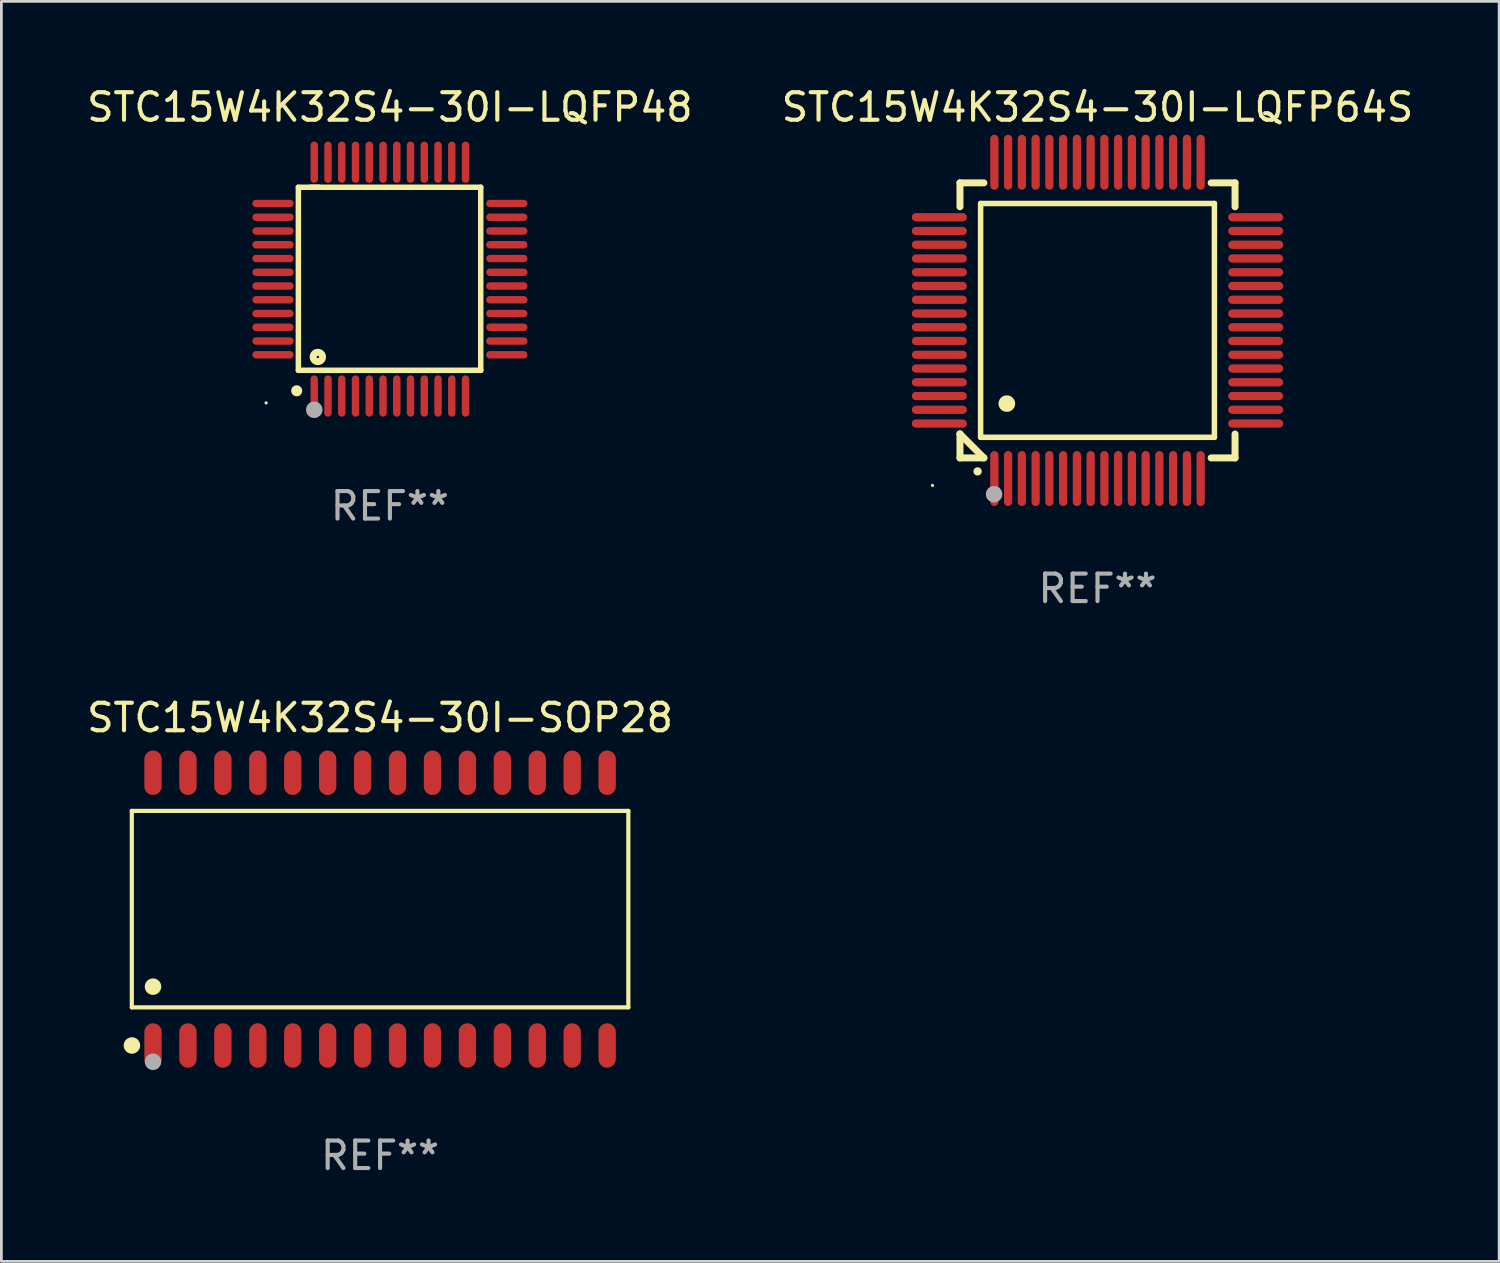
<source format=kicad_pcb>
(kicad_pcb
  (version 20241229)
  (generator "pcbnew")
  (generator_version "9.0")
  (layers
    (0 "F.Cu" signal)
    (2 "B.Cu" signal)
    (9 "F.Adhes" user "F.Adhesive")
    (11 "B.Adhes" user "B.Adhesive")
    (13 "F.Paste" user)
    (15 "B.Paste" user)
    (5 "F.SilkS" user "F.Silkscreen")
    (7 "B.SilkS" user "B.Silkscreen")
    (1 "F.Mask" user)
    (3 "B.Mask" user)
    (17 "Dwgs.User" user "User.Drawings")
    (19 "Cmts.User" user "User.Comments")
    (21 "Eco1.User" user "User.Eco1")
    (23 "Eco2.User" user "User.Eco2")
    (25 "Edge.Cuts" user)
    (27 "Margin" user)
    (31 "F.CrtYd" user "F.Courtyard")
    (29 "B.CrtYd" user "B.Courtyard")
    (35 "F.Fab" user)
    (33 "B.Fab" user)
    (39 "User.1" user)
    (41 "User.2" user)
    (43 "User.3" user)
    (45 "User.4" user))
  (footprint "STC15W4K32S4-30I-LQFP64S"
    (layer "F.Cu")
    (at 36.851 8.598)
    (property "Reference" "STC15W4K32S4-30I-LQFP64S" (at 0 -7.75 0) (layer "F.SilkS") (effects (font (size 1 1) (thickness 0.15))))
    (attr through_hole)
    (fp_line (start -5 -5) (end -4.131 -5) (stroke (width 0.254) (type solid)) (layer "F.SilkS"))
    (fp_line (start -5 -4.131) (end -5 -5) (stroke (width 0.254) (type solid)) (layer "F.SilkS"))
    (fp_line (start -5 4.131) (end -5 4.131) (stroke (width 0.254) (type solid)) (layer "F.SilkS"))
    (fp_line (start -5 5) (end -5 4.131) (stroke (width 0.254) (type solid)) (layer "F.SilkS"))
    (fp_line (start -5 4.131) (end -4.131 5) (stroke (width 0.254) (type solid)) (layer "F.SilkS"))
    (fp_line (start -4.25 -4.25) (end -4.25 4.25) (stroke (width 0.2) (type solid)) (layer "F.SilkS"))
    (fp_line (start -4.25 4.25) (end 4.25 4.25) (stroke (width 0.2) (type solid)) (layer "F.SilkS"))
    (fp_line (start -4.131 5) (end -5 5) (stroke (width 0.254) (type solid)) (layer "F.SilkS"))
    (fp_line (start 4.25 -4.25) (end -4.25 -4.25) (stroke (width 0.2) (type solid)) (layer "F.SilkS"))
    (fp_line (start 4.25 4.25) (end 4.25 -4.25) (stroke (width 0.2) (type solid)) (layer "F.SilkS"))
    (fp_line (start 5 -5) (end 4.131 -5) (stroke (width 0.254) (type solid)) (layer "F.SilkS"))
    (fp_line (start 5 -5) (end 5 -4.131) (stroke (width 0.254) (type solid)) (layer "F.SilkS"))
    (fp_line (start 5 4.131) (end 5 5) (stroke (width 0.254) (type solid)) (layer "F.SilkS"))
    (fp_line (start 5 5) (end 4.131 5) (stroke (width 0.254) (type solid)) (layer "F.SilkS"))
    (fp_arc (start -4.361265 5.489992) (mid -4.359995 5.489987) (end -4.358725 5.489992) (stroke (width 0.3) (type solid)) (layer "F.SilkS"))
    (fp_arc (start -3.299467 3.025146) (mid -3.296927 3.025135) (end -3.294387 3.025146) (stroke (width 0.6) (type solid)) (layer "F.SilkS"))
    (fp_circle (center -6 6) (end -5.97 6) (stroke (width 0.06) (type solid)) (fill no) (layer "F.SilkS"))
    (fp_circle (center -3.76 6.32) (end -3.61 6.32) (stroke (width 0.3) (type solid)) (fill no) (layer "F.Fab"))
    (fp_text user "REF**" (at 0 9.75 0) (layer "F.Fab") (effects (font (size 1 1) (thickness 0.15))))
    (pad "1" smd oval (at -3.75 5.75) (size 0.3 2) (layers "F.Cu" "F.Mask" "F.Paste"))
    (pad "2" smd oval (at -3.25 5.75) (size 0.3 2) (layers "F.Cu" "F.Mask" "F.Paste"))
    (pad "3" smd oval (at -2.75 5.75) (size 0.3 2) (layers "F.Cu" "F.Mask" "F.Paste"))
    (pad "4" smd oval (at -2.25 5.75) (size 0.3 2) (layers "F.Cu" "F.Mask" "F.Paste"))
    (pad "5" smd oval (at -1.75 5.75) (size 0.3 2) (layers "F.Cu" "F.Mask" "F.Paste"))
    (pad "6" smd oval (at -1.25 5.75) (size 0.3 2) (layers "F.Cu" "F.Mask" "F.Paste"))
    (pad "7" smd oval (at -0.75 5.75) (size 0.3 2) (layers "F.Cu" "F.Mask" "F.Paste"))
    (pad "8" smd oval (at -0.25 5.75) (size 0.3 2) (layers "F.Cu" "F.Mask" "F.Paste"))
    (pad "9" smd oval (at 0.25 5.75) (size 0.3 2) (layers "F.Cu" "F.Mask" "F.Paste"))
    (pad "10" smd oval (at 0.75 5.75) (size 0.3 2) (layers "F.Cu" "F.Mask" "F.Paste"))
    (pad "11" smd oval (at 1.25 5.75) (size 0.3 2) (layers "F.Cu" "F.Mask" "F.Paste"))
    (pad "12" smd oval (at 1.75 5.75) (size 0.3 2) (layers "F.Cu" "F.Mask" "F.Paste"))
    (pad "13" smd oval (at 2.25 5.75) (size 0.3 2) (layers "F.Cu" "F.Mask" "F.Paste"))
    (pad "14" smd oval (at 2.75 5.75) (size 0.3 2) (layers "F.Cu" "F.Mask" "F.Paste"))
    (pad "15" smd oval (at 3.25 5.75) (size 0.3 2) (layers "F.Cu" "F.Mask" "F.Paste"))
    (pad "16" smd oval (at 3.75 5.75) (size 0.3 2) (layers "F.Cu" "F.Mask" "F.Paste"))
    (pad "17" smd oval (at 5.75 3.75) (size 2 0.3) (layers "F.Cu" "F.Mask" "F.Paste"))
    (pad "18" smd oval (at 5.75 3.25) (size 2 0.3) (layers "F.Cu" "F.Mask" "F.Paste"))
    (pad "19" smd oval (at 5.75 2.75) (size 2 0.3) (layers "F.Cu" "F.Mask" "F.Paste"))
    (pad "20" smd oval (at 5.75 2.25) (size 2 0.3) (layers "F.Cu" "F.Mask" "F.Paste"))
    (pad "21" smd oval (at 5.75 1.75) (size 2 0.3) (layers "F.Cu" "F.Mask" "F.Paste"))
    (pad "22" smd oval (at 5.75 1.25) (size 2 0.3) (layers "F.Cu" "F.Mask" "F.Paste"))
    (pad "23" smd oval (at 5.75 0.75) (size 2 0.3) (layers "F.Cu" "F.Mask" "F.Paste"))
    (pad "24" smd oval (at 5.75 0.25) (size 2 0.3) (layers "F.Cu" "F.Mask" "F.Paste"))
    (pad "25" smd oval (at 5.75 -0.25) (size 2 0.3) (layers "F.Cu" "F.Mask" "F.Paste"))
    (pad "26" smd oval (at 5.75 -0.75) (size 2 0.3) (layers "F.Cu" "F.Mask" "F.Paste"))
    (pad "27" smd oval (at 5.75 -1.25) (size 2 0.3) (layers "F.Cu" "F.Mask" "F.Paste"))
    (pad "28" smd oval (at 5.75 -1.75) (size 2 0.3) (layers "F.Cu" "F.Mask" "F.Paste"))
    (pad "29" smd oval (at 5.75 -2.25) (size 2 0.3) (layers "F.Cu" "F.Mask" "F.Paste"))
    (pad "30" smd oval (at 5.75 -2.75) (size 2 0.3) (layers "F.Cu" "F.Mask" "F.Paste"))
    (pad "31" smd oval (at 5.75 -3.25) (size 2 0.3) (layers "F.Cu" "F.Mask" "F.Paste"))
    (pad "32" smd oval (at 5.75 -3.75) (size 2 0.3) (layers "F.Cu" "F.Mask" "F.Paste"))
    (pad "33" smd oval (at 3.75 -5.75) (size 0.3 2) (layers "F.Cu" "F.Mask" "F.Paste"))
    (pad "34" smd oval (at 3.25 -5.75) (size 0.3 2) (layers "F.Cu" "F.Mask" "F.Paste"))
    (pad "35" smd oval (at 2.75 -5.75) (size 0.3 2) (layers "F.Cu" "F.Mask" "F.Paste"))
    (pad "36" smd oval (at 2.25 -5.75) (size 0.3 2) (layers "F.Cu" "F.Mask" "F.Paste"))
    (pad "37" smd oval (at 1.75 -5.75) (size 0.3 2) (layers "F.Cu" "F.Mask" "F.Paste"))
    (pad "38" smd oval (at 1.25 -5.75) (size 0.3 2) (layers "F.Cu" "F.Mask" "F.Paste"))
    (pad "39" smd oval (at 0.75 -5.75) (size 0.3 2) (layers "F.Cu" "F.Mask" "F.Paste"))
    (pad "40" smd oval (at 0.25 -5.75) (size 0.3 2) (layers "F.Cu" "F.Mask" "F.Paste"))
    (pad "41" smd oval (at -0.25 -5.75) (size 0.3 2) (layers "F.Cu" "F.Mask" "F.Paste"))
    (pad "42" smd oval (at -0.75 -5.75) (size 0.3 2) (layers "F.Cu" "F.Mask" "F.Paste"))
    (pad "43" smd oval (at -1.25 -5.75) (size 0.3 2) (layers "F.Cu" "F.Mask" "F.Paste"))
    (pad "44" smd oval (at -1.75 -5.75) (size 0.3 2) (layers "F.Cu" "F.Mask" "F.Paste"))
    (pad "45" smd oval (at -2.25 -5.75) (size 0.3 2) (layers "F.Cu" "F.Mask" "F.Paste"))
    (pad "46" smd oval (at -2.75 -5.75) (size 0.3 2) (layers "F.Cu" "F.Mask" "F.Paste"))
    (pad "47" smd oval (at -3.25 -5.75) (size 0.3 2) (layers "F.Cu" "F.Mask" "F.Paste"))
    (pad "48" smd oval (at -3.75 -5.75) (size 0.3 2) (layers "F.Cu" "F.Mask" "F.Paste"))
    (pad "49" smd oval (at -5.75 -3.75) (size 2 0.3) (layers "F.Cu" "F.Mask" "F.Paste"))
    (pad "50" smd oval (at -5.75 -3.25) (size 2 0.3) (layers "F.Cu" "F.Mask" "F.Paste"))
    (pad "51" smd oval (at -5.75 -2.75) (size 2 0.3) (layers "F.Cu" "F.Mask" "F.Paste"))
    (pad "52" smd oval (at -5.75 -2.25) (size 2 0.3) (layers "F.Cu" "F.Mask" "F.Paste"))
    (pad "53" smd oval (at -5.75 -1.75) (size 2 0.3) (layers "F.Cu" "F.Mask" "F.Paste"))
    (pad "54" smd oval (at -5.75 -1.25) (size 2 0.3) (layers "F.Cu" "F.Mask" "F.Paste"))
    (pad "55" smd oval (at -5.75 -0.75) (size 2 0.3) (layers "F.Cu" "F.Mask" "F.Paste"))
    (pad "56" smd oval (at -5.75 -0.25) (size 2 0.3) (layers "F.Cu" "F.Mask" "F.Paste"))
    (pad "57" smd oval (at -5.75 0.25) (size 2 0.3) (layers "F.Cu" "F.Mask" "F.Paste"))
    (pad "58" smd oval (at -5.75 0.75) (size 2 0.3) (layers "F.Cu" "F.Mask" "F.Paste"))
    (pad "59" smd oval (at -5.75 1.25) (size 2 0.3) (layers "F.Cu" "F.Mask" "F.Paste"))
    (pad "60" smd oval (at -5.75 1.75) (size 2 0.3) (layers "F.Cu" "F.Mask" "F.Paste"))
    (pad "61" smd oval (at -5.75 2.25) (size 2 0.3) (layers "F.Cu" "F.Mask" "F.Paste"))
    (pad "62" smd oval (at -5.75 2.75) (size 2 0.3) (layers "F.Cu" "F.Mask" "F.Paste"))
    (pad "63" smd oval (at -5.75 3.25) (size 2 0.3) (layers "F.Cu" "F.Mask" "F.Paste"))
    (pad "64" smd oval (at -5.75 3.75) (size 2 0.3) (layers "F.Cu" "F.Mask" "F.Paste")))
  (footprint "STC15W4K32S4-30I-SOP28"
    (layer "F.Cu")
    (at 10.768 30.002)
    (property "Reference" "STC15W4K32S4-30I-SOP28" (at 0 -6.958 0) (layer "F.SilkS") (effects (font (size 1 1) (thickness 0.15))))
    (attr through_hole)
    (fp_line (start -9.026 -3.571) (end 9.026 -3.571) (stroke (width 0.152) (type solid)) (layer "F.SilkS"))
    (fp_line (start -9.026 3.571) (end -9.026 -3.571) (stroke (width 0.152) (type solid)) (layer "F.SilkS"))
    (fp_line (start 9.026 -3.571) (end 9.026 3.571) (stroke (width 0.152) (type solid)) (layer "F.SilkS"))
    (fp_line (start 9.026 3.571) (end -9.026 3.571) (stroke (width 0.152) (type solid)) (layer "F.SilkS"))
    (fp_circle (center -9.022 4.958) (end -8.872 4.958) (stroke (width 0.3) (type solid)) (fill no) (layer "F.SilkS"))
    (fp_circle (center -8.95 5.15) (end -8.92 5.15) (stroke (width 0.06) (type solid)) (fill no) (layer "F.SilkS"))
    (fp_circle (center -8.255 2.819) (end -8.105 2.819) (stroke (width 0.3) (type solid)) (fill no) (layer "F.SilkS"))
    (fp_circle (center -8.255 5.55) (end -8.105 5.55) (stroke (width 0.3) (type solid)) (fill no) (layer "F.Fab"))
    (fp_text user "REF**" (at 0 8.958 0) (layer "F.Fab") (effects (font (size 1 1) (thickness 0.15))))
    (pad "1" smd oval (at -8.255 4.958) (size 0.63 1.615) (layers "F.Cu" "F.Mask" "F.Paste"))
    (pad "2" smd oval (at -6.985 4.958) (size 0.63 1.615) (layers "F.Cu" "F.Mask" "F.Paste"))
    (pad "3" smd oval (at -5.715 4.958) (size 0.63 1.615) (layers "F.Cu" "F.Mask" "F.Paste"))
    (pad "4" smd oval (at -4.445 4.958) (size 0.63 1.615) (layers "F.Cu" "F.Mask" "F.Paste"))
    (pad "5" smd oval (at -3.175 4.958) (size 0.63 1.615) (layers "F.Cu" "F.Mask" "F.Paste"))
    (pad "6" smd oval (at -1.905 4.958) (size 0.63 1.615) (layers "F.Cu" "F.Mask" "F.Paste"))
    (pad "7" smd oval (at -0.635 4.958) (size 0.63 1.615) (layers "F.Cu" "F.Mask" "F.Paste"))
    (pad "8" smd oval (at 0.635 4.958) (size 0.63 1.615) (layers "F.Cu" "F.Mask" "F.Paste"))
    (pad "9" smd oval (at 1.905 4.958) (size 0.63 1.615) (layers "F.Cu" "F.Mask" "F.Paste"))
    (pad "10" smd oval (at 3.175 4.958) (size 0.63 1.615) (layers "F.Cu" "F.Mask" "F.Paste"))
    (pad "11" smd oval (at 4.445 4.958) (size 0.63 1.615) (layers "F.Cu" "F.Mask" "F.Paste"))
    (pad "12" smd oval (at 5.715 4.958) (size 0.63 1.615) (layers "F.Cu" "F.Mask" "F.Paste"))
    (pad "13" smd oval (at 6.985 4.958) (size 0.63 1.615) (layers "F.Cu" "F.Mask" "F.Paste"))
    (pad "14" smd oval (at 8.255 4.958) (size 0.63 1.615) (layers "F.Cu" "F.Mask" "F.Paste"))
    (pad "15" smd oval (at 8.255 -4.958) (size 0.63 1.615) (layers "F.Cu" "F.Mask" "F.Paste"))
    (pad "16" smd oval (at 6.985 -4.958) (size 0.63 1.615) (layers "F.Cu" "F.Mask" "F.Paste"))
    (pad "17" smd oval (at 5.715 -4.958) (size 0.63 1.615) (layers "F.Cu" "F.Mask" "F.Paste"))
    (pad "18" smd oval (at 4.445 -4.958) (size 0.63 1.615) (layers "F.Cu" "F.Mask" "F.Paste"))
    (pad "19" smd oval (at 3.175 -4.958) (size 0.63 1.615) (layers "F.Cu" "F.Mask" "F.Paste"))
    (pad "20" smd oval (at 1.905 -4.958) (size 0.63 1.615) (layers "F.Cu" "F.Mask" "F.Paste"))
    (pad "21" smd oval (at 0.635 -4.958) (size 0.63 1.615) (layers "F.Cu" "F.Mask" "F.Paste"))
    (pad "22" smd oval (at -0.635 -4.958) (size 0.63 1.615) (layers "F.Cu" "F.Mask" "F.Paste"))
    (pad "23" smd oval (at -1.905 -4.958) (size 0.63 1.615) (layers "F.Cu" "F.Mask" "F.Paste"))
    (pad "24" smd oval (at -3.175 -4.958) (size 0.63 1.615) (layers "F.Cu" "F.Mask" "F.Paste"))
    (pad "25" smd oval (at -4.445 -4.958) (size 0.63 1.615) (layers "F.Cu" "F.Mask" "F.Paste"))
    (pad "26" smd oval (at -5.715 -4.958) (size 0.63 1.615) (layers "F.Cu" "F.Mask" "F.Paste"))
    (pad "27" smd oval (at -6.985 -4.958) (size 0.63 1.615) (layers "F.Cu" "F.Mask" "F.Paste"))
    (pad "28" smd oval (at -8.255 -4.958) (size 0.63 1.615) (layers "F.Cu" "F.Mask" "F.Paste")))
  (footprint "STC15W4K32S4-30I-LQFP48"
    (layer "F.Cu")
    (at 11.125 7.098)
    (property "Reference" "STC15W4K32S4-30I-LQFP48" (at 0 -6.25 0) (layer "F.SilkS") (effects (font (size 1 1) (thickness 0.15))))
    (attr through_hole)
    (fp_line (start -3.327 -3.34) (end -2.565 -3.34) (stroke (width 0.2) (type solid)) (layer "F.SilkS"))
    (fp_line (start -3.327 3.315) (end -3.327 -3.34) (stroke (width 0.2) (type solid)) (layer "F.SilkS"))
    (fp_line (start -2.896 -3.34) (end 3.302 -3.34) (stroke (width 0.2) (type solid)) (layer "F.SilkS"))
    (fp_line (start 3.302 -3.34) (end 3.302 3.315) (stroke (width 0.2) (type solid)) (layer "F.SilkS"))
    (fp_line (start 3.302 3.315) (end -3.327 3.315) (stroke (width 0.2) (type solid)) (layer "F.SilkS"))
    (fp_arc (start -3.389992 4.059995) (mid -3.388722 4.059991) (end -3.387452 4.059995) (stroke (width 0.4) (type solid)) (layer "F.SilkS"))
    (fp_circle (center -4.5 4.5) (end -4.47 4.5) (stroke (width 0.06) (type solid)) (fill no) (layer "F.SilkS"))
    (fp_circle (center -2.62 2.83) (end -2.45 2.83) (stroke (width 0.254) (type solid)) (fill no) (layer "F.SilkS"))
    (fp_circle (center -2.75 4.75) (end -2.6 4.75) (stroke (width 0.3) (type solid)) (fill no) (layer "F.Fab"))
    (fp_text user "REF**" (at 0 8.25 0) (layer "F.Fab") (effects (font (size 1 1) (thickness 0.15))))
    (pad "1" smd oval (at -2.75 4.25) (size 0.27 1.5) (layers "F.Cu" "F.Mask" "F.Paste"))
    (pad "2" smd oval (at -2.25 4.25) (size 0.27 1.5) (layers "F.Cu" "F.Mask" "F.Paste"))
    (pad "3" smd oval (at -1.75 4.25) (size 0.27 1.5) (layers "F.Cu" "F.Mask" "F.Paste"))
    (pad "4" smd oval (at -1.25 4.25) (size 0.27 1.5) (layers "F.Cu" "F.Mask" "F.Paste"))
    (pad "5" smd oval (at -0.75 4.25) (size 0.27 1.5) (layers "F.Cu" "F.Mask" "F.Paste"))
    (pad "6" smd oval (at -0.25 4.25) (size 0.27 1.5) (layers "F.Cu" "F.Mask" "F.Paste"))
    (pad "7" smd oval (at 0.25 4.25) (size 0.27 1.5) (layers "F.Cu" "F.Mask" "F.Paste"))
    (pad "8" smd oval (at 0.75 4.25) (size 0.27 1.5) (layers "F.Cu" "F.Mask" "F.Paste"))
    (pad "9" smd oval (at 1.25 4.25) (size 0.27 1.5) (layers "F.Cu" "F.Mask" "F.Paste"))
    (pad "10" smd oval (at 1.75 4.25) (size 0.27 1.5) (layers "F.Cu" "F.Mask" "F.Paste"))
    (pad "11" smd oval (at 2.25 4.25) (size 0.27 1.5) (layers "F.Cu" "F.Mask" "F.Paste"))
    (pad "12" smd oval (at 2.75 4.25) (size 0.27 1.5) (layers "F.Cu" "F.Mask" "F.Paste"))
    (pad "13" smd oval (at 4.25 2.75) (size 1.5 0.27) (layers "F.Cu" "F.Mask" "F.Paste"))
    (pad "14" smd oval (at 4.25 2.25) (size 1.5 0.27) (layers "F.Cu" "F.Mask" "F.Paste"))
    (pad "15" smd oval (at 4.25 1.75) (size 1.5 0.27) (layers "F.Cu" "F.Mask" "F.Paste"))
    (pad "16" smd oval (at 4.25 1.25) (size 1.5 0.27) (layers "F.Cu" "F.Mask" "F.Paste"))
    (pad "17" smd oval (at 4.25 0.75) (size 1.5 0.27) (layers "F.Cu" "F.Mask" "F.Paste"))
    (pad "18" smd oval (at 4.25 0.25) (size 1.5 0.27) (layers "F.Cu" "F.Mask" "F.Paste"))
    (pad "19" smd oval (at 4.25 -0.25) (size 1.5 0.27) (layers "F.Cu" "F.Mask" "F.Paste"))
    (pad "20" smd oval (at 4.25 -0.75) (size 1.5 0.27) (layers "F.Cu" "F.Mask" "F.Paste"))
    (pad "21" smd oval (at 4.25 -1.25) (size 1.5 0.27) (layers "F.Cu" "F.Mask" "F.Paste"))
    (pad "22" smd oval (at 4.25 -1.75) (size 1.5 0.27) (layers "F.Cu" "F.Mask" "F.Paste"))
    (pad "23" smd oval (at 4.25 -2.25) (size 1.5 0.27) (layers "F.Cu" "F.Mask" "F.Paste"))
    (pad "24" smd oval (at 4.25 -2.75) (size 1.5 0.27) (layers "F.Cu" "F.Mask" "F.Paste"))
    (pad "25" smd oval (at 2.75 -4.25) (size 0.27 1.5) (layers "F.Cu" "F.Mask" "F.Paste"))
    (pad "26" smd oval (at 2.25 -4.25) (size 0.27 1.5) (layers "F.Cu" "F.Mask" "F.Paste"))
    (pad "27" smd oval (at 1.75 -4.25) (size 0.27 1.5) (layers "F.Cu" "F.Mask" "F.Paste"))
    (pad "28" smd oval (at 1.25 -4.25) (size 0.27 1.5) (layers "F.Cu" "F.Mask" "F.Paste"))
    (pad "29" smd oval (at 0.75 -4.25) (size 0.27 1.5) (layers "F.Cu" "F.Mask" "F.Paste"))
    (pad "30" smd oval (at 0.25 -4.25) (size 0.27 1.5) (layers "F.Cu" "F.Mask" "F.Paste"))
    (pad "31" smd oval (at -0.25 -4.25) (size 0.27 1.5) (layers "F.Cu" "F.Mask" "F.Paste"))
    (pad "32" smd oval (at -0.75 -4.25) (size 0.27 1.5) (layers "F.Cu" "F.Mask" "F.Paste"))
    (pad "33" smd oval (at -1.25 -4.25) (size 0.27 1.5) (layers "F.Cu" "F.Mask" "F.Paste"))
    (pad "34" smd oval (at -1.75 -4.25) (size 0.27 1.5) (layers "F.Cu" "F.Mask" "F.Paste"))
    (pad "35" smd oval (at -2.25 -4.25) (size 0.27 1.5) (layers "F.Cu" "F.Mask" "F.Paste"))
    (pad "36" smd oval (at -2.75 -4.25) (size 0.27 1.5) (layers "F.Cu" "F.Mask" "F.Paste"))
    (pad "37" smd oval (at -4.25 -2.75) (size 1.5 0.27) (layers "F.Cu" "F.Mask" "F.Paste"))
    (pad "38" smd oval (at -4.25 -2.25) (size 1.5 0.27) (layers "F.Cu" "F.Mask" "F.Paste"))
    (pad "39" smd oval (at -4.25 -1.75) (size 1.5 0.27) (layers "F.Cu" "F.Mask" "F.Paste"))
    (pad "40" smd oval (at -4.25 -1.25) (size 1.5 0.27) (layers "F.Cu" "F.Mask" "F.Paste"))
    (pad "41" smd oval (at -4.25 -0.75) (size 1.5 0.27) (layers "F.Cu" "F.Mask" "F.Paste"))
    (pad "42" smd oval (at -4.25 -0.25) (size 1.5 0.27) (layers "F.Cu" "F.Mask" "F.Paste"))
    (pad "43" smd oval (at -4.25 0.25) (size 1.5 0.27) (layers "F.Cu" "F.Mask" "F.Paste"))
    (pad "44" smd oval (at -4.25 0.75) (size 1.5 0.27) (layers "F.Cu" "F.Mask" "F.Paste"))
    (pad "45" smd oval (at -4.25 1.25) (size 1.5 0.27) (layers "F.Cu" "F.Mask" "F.Paste"))
    (pad "46" smd oval (at -4.25 1.75) (size 1.5 0.27) (layers "F.Cu" "F.Mask" "F.Paste"))
    (pad "47" smd oval (at -4.25 2.25) (size 1.5 0.27) (layers "F.Cu" "F.Mask" "F.Paste"))
    (pad "48" smd oval (at -4.25 2.75) (size 1.5 0.27) (layers "F.Cu" "F.Mask" "F.Paste")))
  (gr_rect
    (start -3 -3)
    (end 51.452 42.808)
    (stroke (width 0.1) (type default))
    (fill no)
    (layer "Edge.Cuts")))
</source>
